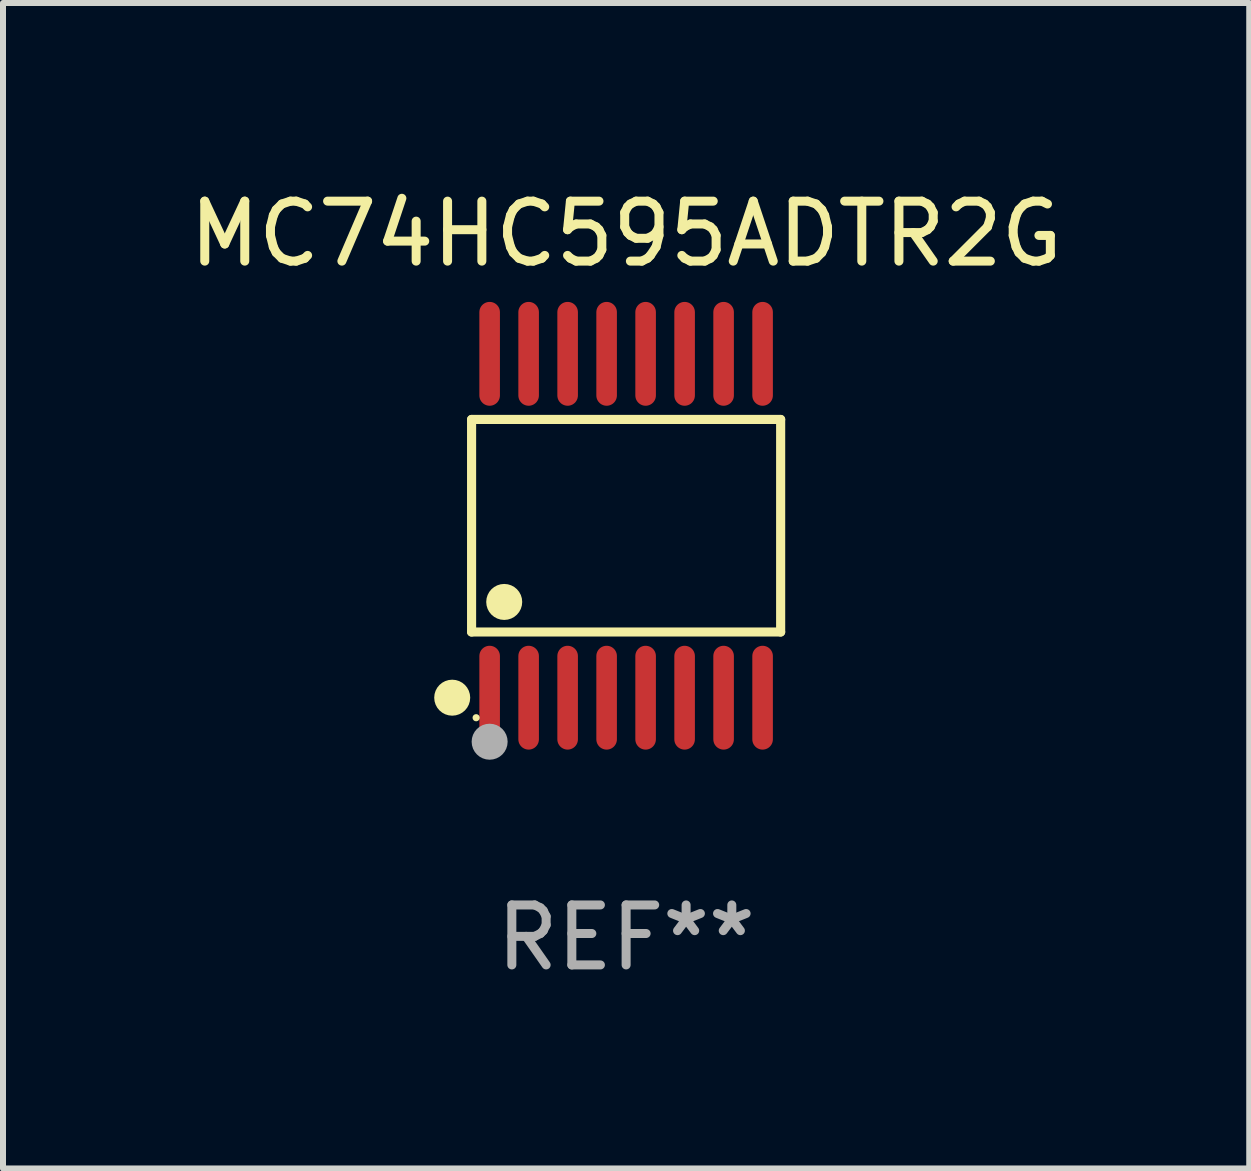
<source format=kicad_pcb>
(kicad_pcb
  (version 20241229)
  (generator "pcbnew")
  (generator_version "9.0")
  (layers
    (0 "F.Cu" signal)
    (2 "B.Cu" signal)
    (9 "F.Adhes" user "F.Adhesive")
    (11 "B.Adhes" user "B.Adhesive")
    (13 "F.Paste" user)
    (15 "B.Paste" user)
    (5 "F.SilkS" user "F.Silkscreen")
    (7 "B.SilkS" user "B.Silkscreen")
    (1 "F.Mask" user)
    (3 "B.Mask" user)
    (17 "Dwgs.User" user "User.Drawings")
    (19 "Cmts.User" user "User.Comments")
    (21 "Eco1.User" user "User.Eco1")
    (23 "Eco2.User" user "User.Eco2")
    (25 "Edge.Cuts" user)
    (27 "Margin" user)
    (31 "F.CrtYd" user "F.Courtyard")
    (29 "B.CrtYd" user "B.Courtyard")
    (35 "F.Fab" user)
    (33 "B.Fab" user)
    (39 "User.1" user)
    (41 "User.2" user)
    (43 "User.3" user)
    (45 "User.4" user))
  (footprint "MC74HC595ADTR2G"
    (layer "F.Cu")
    (at 7.387 5.714)
    (property "Reference" "MC74HC595ADTR2G" (at 0 -4.866 0) (layer "F.SilkS") (effects (font (size 1 1) (thickness 0.15))))
    (attr through_hole)
    (fp_line (start -2.576 -1.772) (end 2.576 -1.772) (stroke (width 0.152) (type solid)) (layer "F.SilkS"))
    (fp_line (start -2.576 1.771) (end -2.576 -1.772) (stroke (width 0.152) (type solid)) (layer "F.SilkS"))
    (fp_line (start 2.576 -1.772) (end 2.576 1.771) (stroke (width 0.152) (type solid)) (layer "F.SilkS"))
    (fp_line (start 2.576 1.771) (end -2.576 1.771) (stroke (width 0.152) (type solid)) (layer "F.SilkS"))
    (fp_circle (center -2.899 2.866) (end -2.749 2.866) (stroke (width 0.3) (type solid)) (fill no) (layer "F.SilkS"))
    (fp_circle (center -2.5 3.2) (end -2.47 3.2) (stroke (width 0.06) (type solid)) (fill no) (layer "F.SilkS"))
    (fp_circle (center -2.032 1.27) (end -1.882 1.27) (stroke (width 0.3) (type solid)) (fill no) (layer "F.SilkS"))
    (fp_circle (center -2.275 3.6) (end -2.125 3.6) (stroke (width 0.3) (type solid)) (fill no) (layer "F.Fab"))
    (fp_text user "REF**" (at 0 6.866 0) (layer "F.Fab") (effects (font (size 1 1) (thickness 0.15))))
    (pad "1" smd oval (at -2.275 2.866) (size 0.343 1.731) (layers "F.Cu" "F.Mask" "F.Paste"))
    (pad "2" smd oval (at -1.625 2.866) (size 0.343 1.731) (layers "F.Cu" "F.Mask" "F.Paste"))
    (pad "3" smd oval (at -0.975 2.866) (size 0.343 1.731) (layers "F.Cu" "F.Mask" "F.Paste"))
    (pad "4" smd oval (at -0.325 2.866) (size 0.343 1.731) (layers "F.Cu" "F.Mask" "F.Paste"))
    (pad "5" smd oval (at 0.325 2.866) (size 0.343 1.731) (layers "F.Cu" "F.Mask" "F.Paste"))
    (pad "6" smd oval (at 0.975 2.866) (size 0.343 1.731) (layers "F.Cu" "F.Mask" "F.Paste"))
    (pad "7" smd oval (at 1.625 2.866) (size 0.343 1.731) (layers "F.Cu" "F.Mask" "F.Paste"))
    (pad "8" smd oval (at 2.275 2.866) (size 0.343 1.731) (layers "F.Cu" "F.Mask" "F.Paste"))
    (pad "9" smd oval (at 2.275 -2.866) (size 0.343 1.731) (layers "F.Cu" "F.Mask" "F.Paste"))
    (pad "10" smd oval (at 1.625 -2.866) (size 0.343 1.731) (layers "F.Cu" "F.Mask" "F.Paste"))
    (pad "11" smd oval (at 0.975 -2.866) (size 0.343 1.731) (layers "F.Cu" "F.Mask" "F.Paste"))
    (pad "12" smd oval (at 0.325 -2.866) (size 0.343 1.731) (layers "F.Cu" "F.Mask" "F.Paste"))
    (pad "13" smd oval (at -0.325 -2.866) (size 0.343 1.731) (layers "F.Cu" "F.Mask" "F.Paste"))
    (pad "14" smd oval (at -0.975 -2.866) (size 0.343 1.731) (layers "F.Cu" "F.Mask" "F.Paste"))
    (pad "15" smd oval (at -1.625 -2.866) (size 0.343 1.731) (layers "F.Cu" "F.Mask" "F.Paste"))
    (pad "16" smd oval (at -2.275 -2.866) (size 0.343 1.731) (layers "F.Cu" "F.Mask" "F.Paste")))
  (gr_rect
    (start -3 -3)
    (end 17.774 16.428)
    (stroke (width 0.1) (type default))
    (fill no)
    (layer "Edge.Cuts")))
</source>
